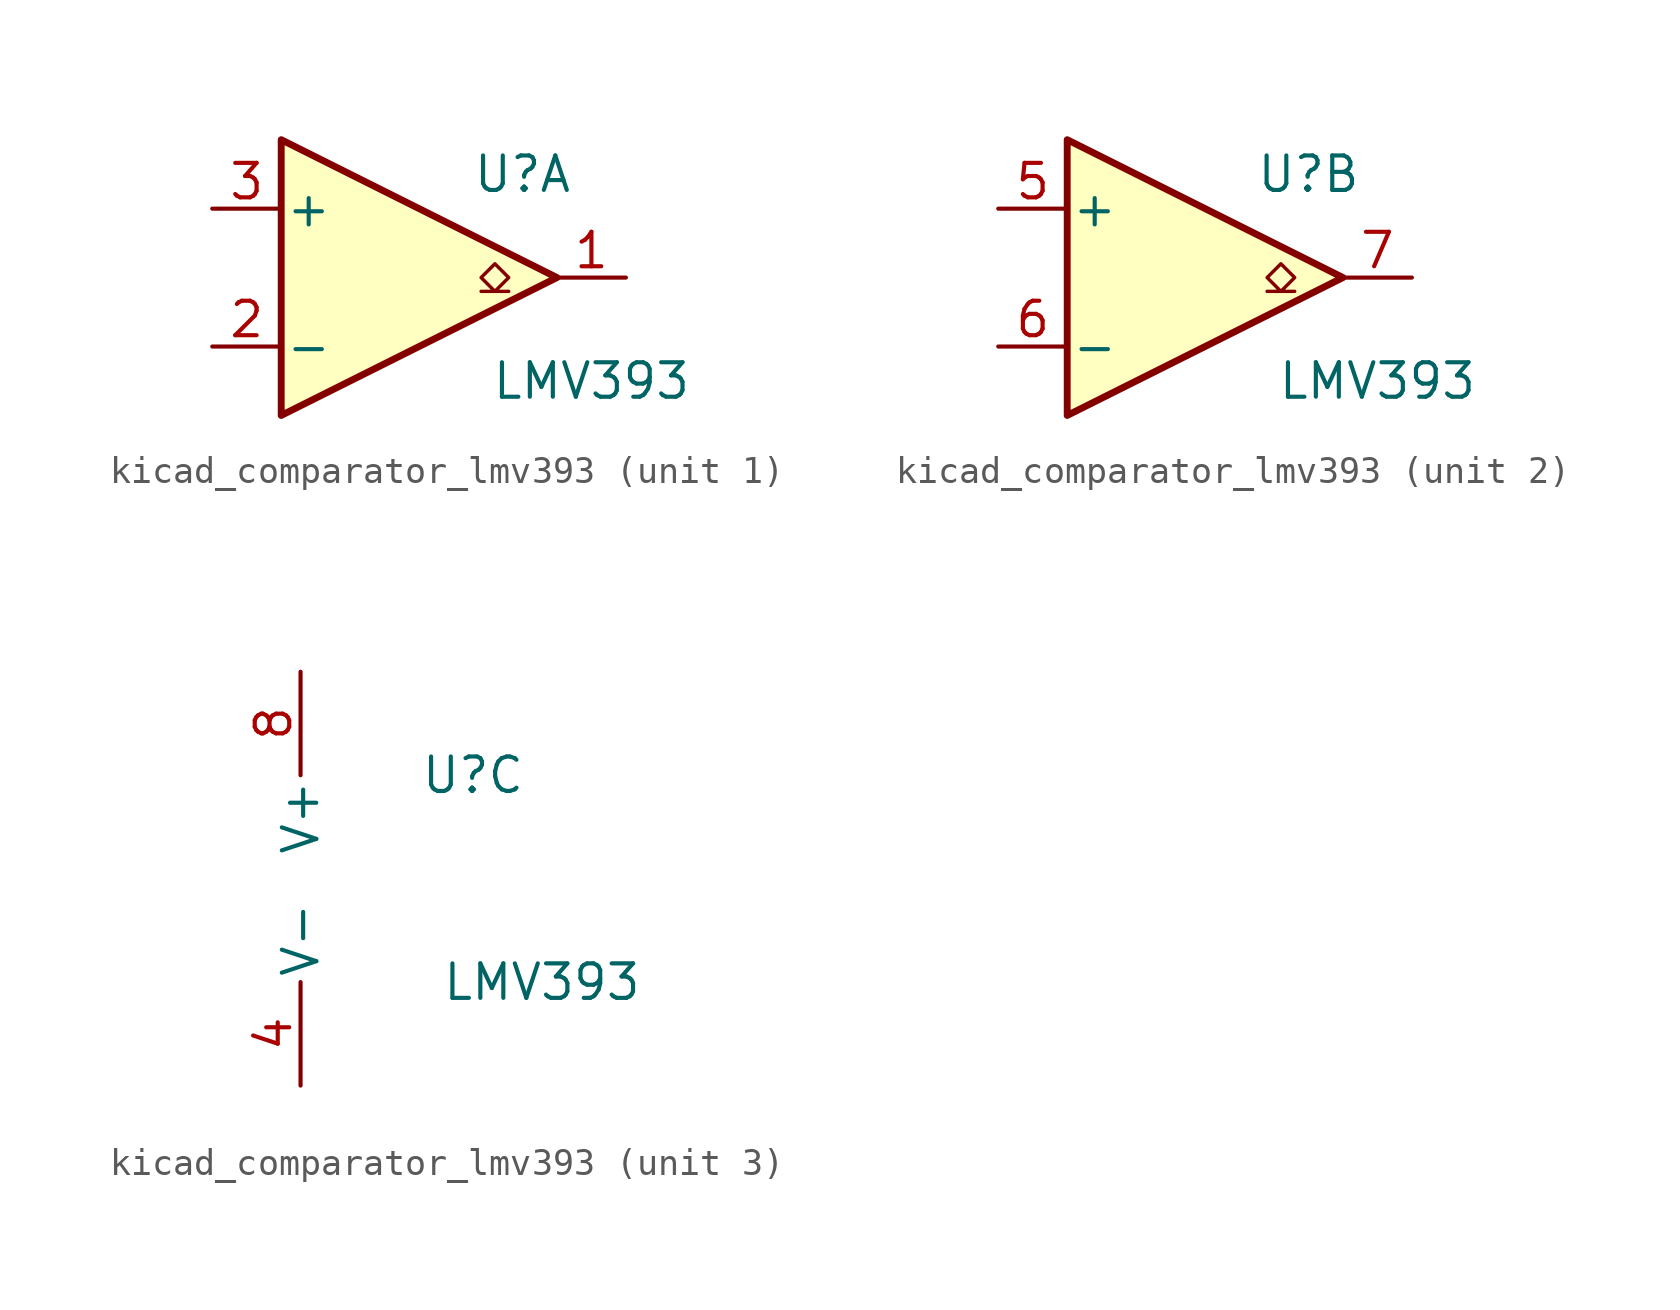
<source format=kicad_sym>
(kicad_symbol_lib
  (version 20220914)
  (generator kicad_symbol_editor)
  (symbol "kicad_comparator_lmv393"
    (pin_names
      (offset 0.127))
    (property "Reference" "U"
      (at 3.81 3.81 0)
      (effects (font (size 1.27 1.27))))
    (property "Value" "LMV393"
      (at 6.35 -3.81 0)
      (effects (font (size 1.27 1.27))))
    (property "ki_locked" ""
      (at 0 0 0)
      (effects (font (size 1.27 1.27))))
    (symbol "kicad_comparator_lmv393_1_1"
      (polyline (pts (xy -5.08 5.08) (xy 5.08 0) (xy -5.08 -5.08) (xy -5.08 5.08)) (stroke (width 0.254) (type default)) (fill (type background)))
      (polyline (pts (xy 3.302 -0.508) (xy 2.794 -0.508) (xy 3.302 0) (xy 2.794 0.508) (xy 2.286 0) (xy 2.794 -0.508) (xy 2.286 -0.508)) (stroke (width 0.127) (type default)) (fill (type none)))
      (pin open_collector line (at 7.62 0 180) (length 2.54) (name "~" (effects (font (size 1.27 1.27)))) (number "1" (effects (font (size 1.27 1.27)))))
      (pin input line (at -7.62 -2.54 0) (length 2.54) (name "-" (effects (font (size 1.27 1.27)))) (number "2" (effects (font (size 1.27 1.27)))))
      (pin input line (at -7.62 2.54 0) (length 2.54) (name "+" (effects (font (size 1.27 1.27)))) (number "3" (effects (font (size 1.27 1.27))))))
    (symbol "kicad_comparator_lmv393_2_1"
      (polyline (pts (xy -5.08 5.08) (xy 5.08 0) (xy -5.08 -5.08) (xy -5.08 5.08)) (stroke (width 0.254) (type default)) (fill (type background)))
      (polyline (pts (xy 3.302 -0.508) (xy 2.794 -0.508) (xy 3.302 0) (xy 2.794 0.508) (xy 2.286 0) (xy 2.794 -0.508) (xy 2.286 -0.508)) (stroke (width 0.127) (type default)) (fill (type none)))
      (pin input line (at -7.62 2.54 0) (length 2.54) (name "+" (effects (font (size 1.27 1.27)))) (number "5" (effects (font (size 1.27 1.27)))))
      (pin input line (at -7.62 -2.54 0) (length 2.54) (name "-" (effects (font (size 1.27 1.27)))) (number "6" (effects (font (size 1.27 1.27)))))
      (pin open_collector line (at 7.62 0 180) (length 2.54) (name "~" (effects (font (size 1.27 1.27)))) (number "7" (effects (font (size 1.27 1.27))))))
    (symbol "kicad_comparator_lmv393_3_1"
      (pin power_in line (at -2.54 -7.62 90) (length 3.81) (name "V-" (effects (font (size 1.27 1.27)))) (number "4" (effects (font (size 1.27 1.27)))))
      (pin power_in line (at -2.54 7.62 270) (length 3.81) (name "V+" (effects (font (size 1.27 1.27)))) (number "8" (effects (font (size 1.27 1.27))))))))
</source>
